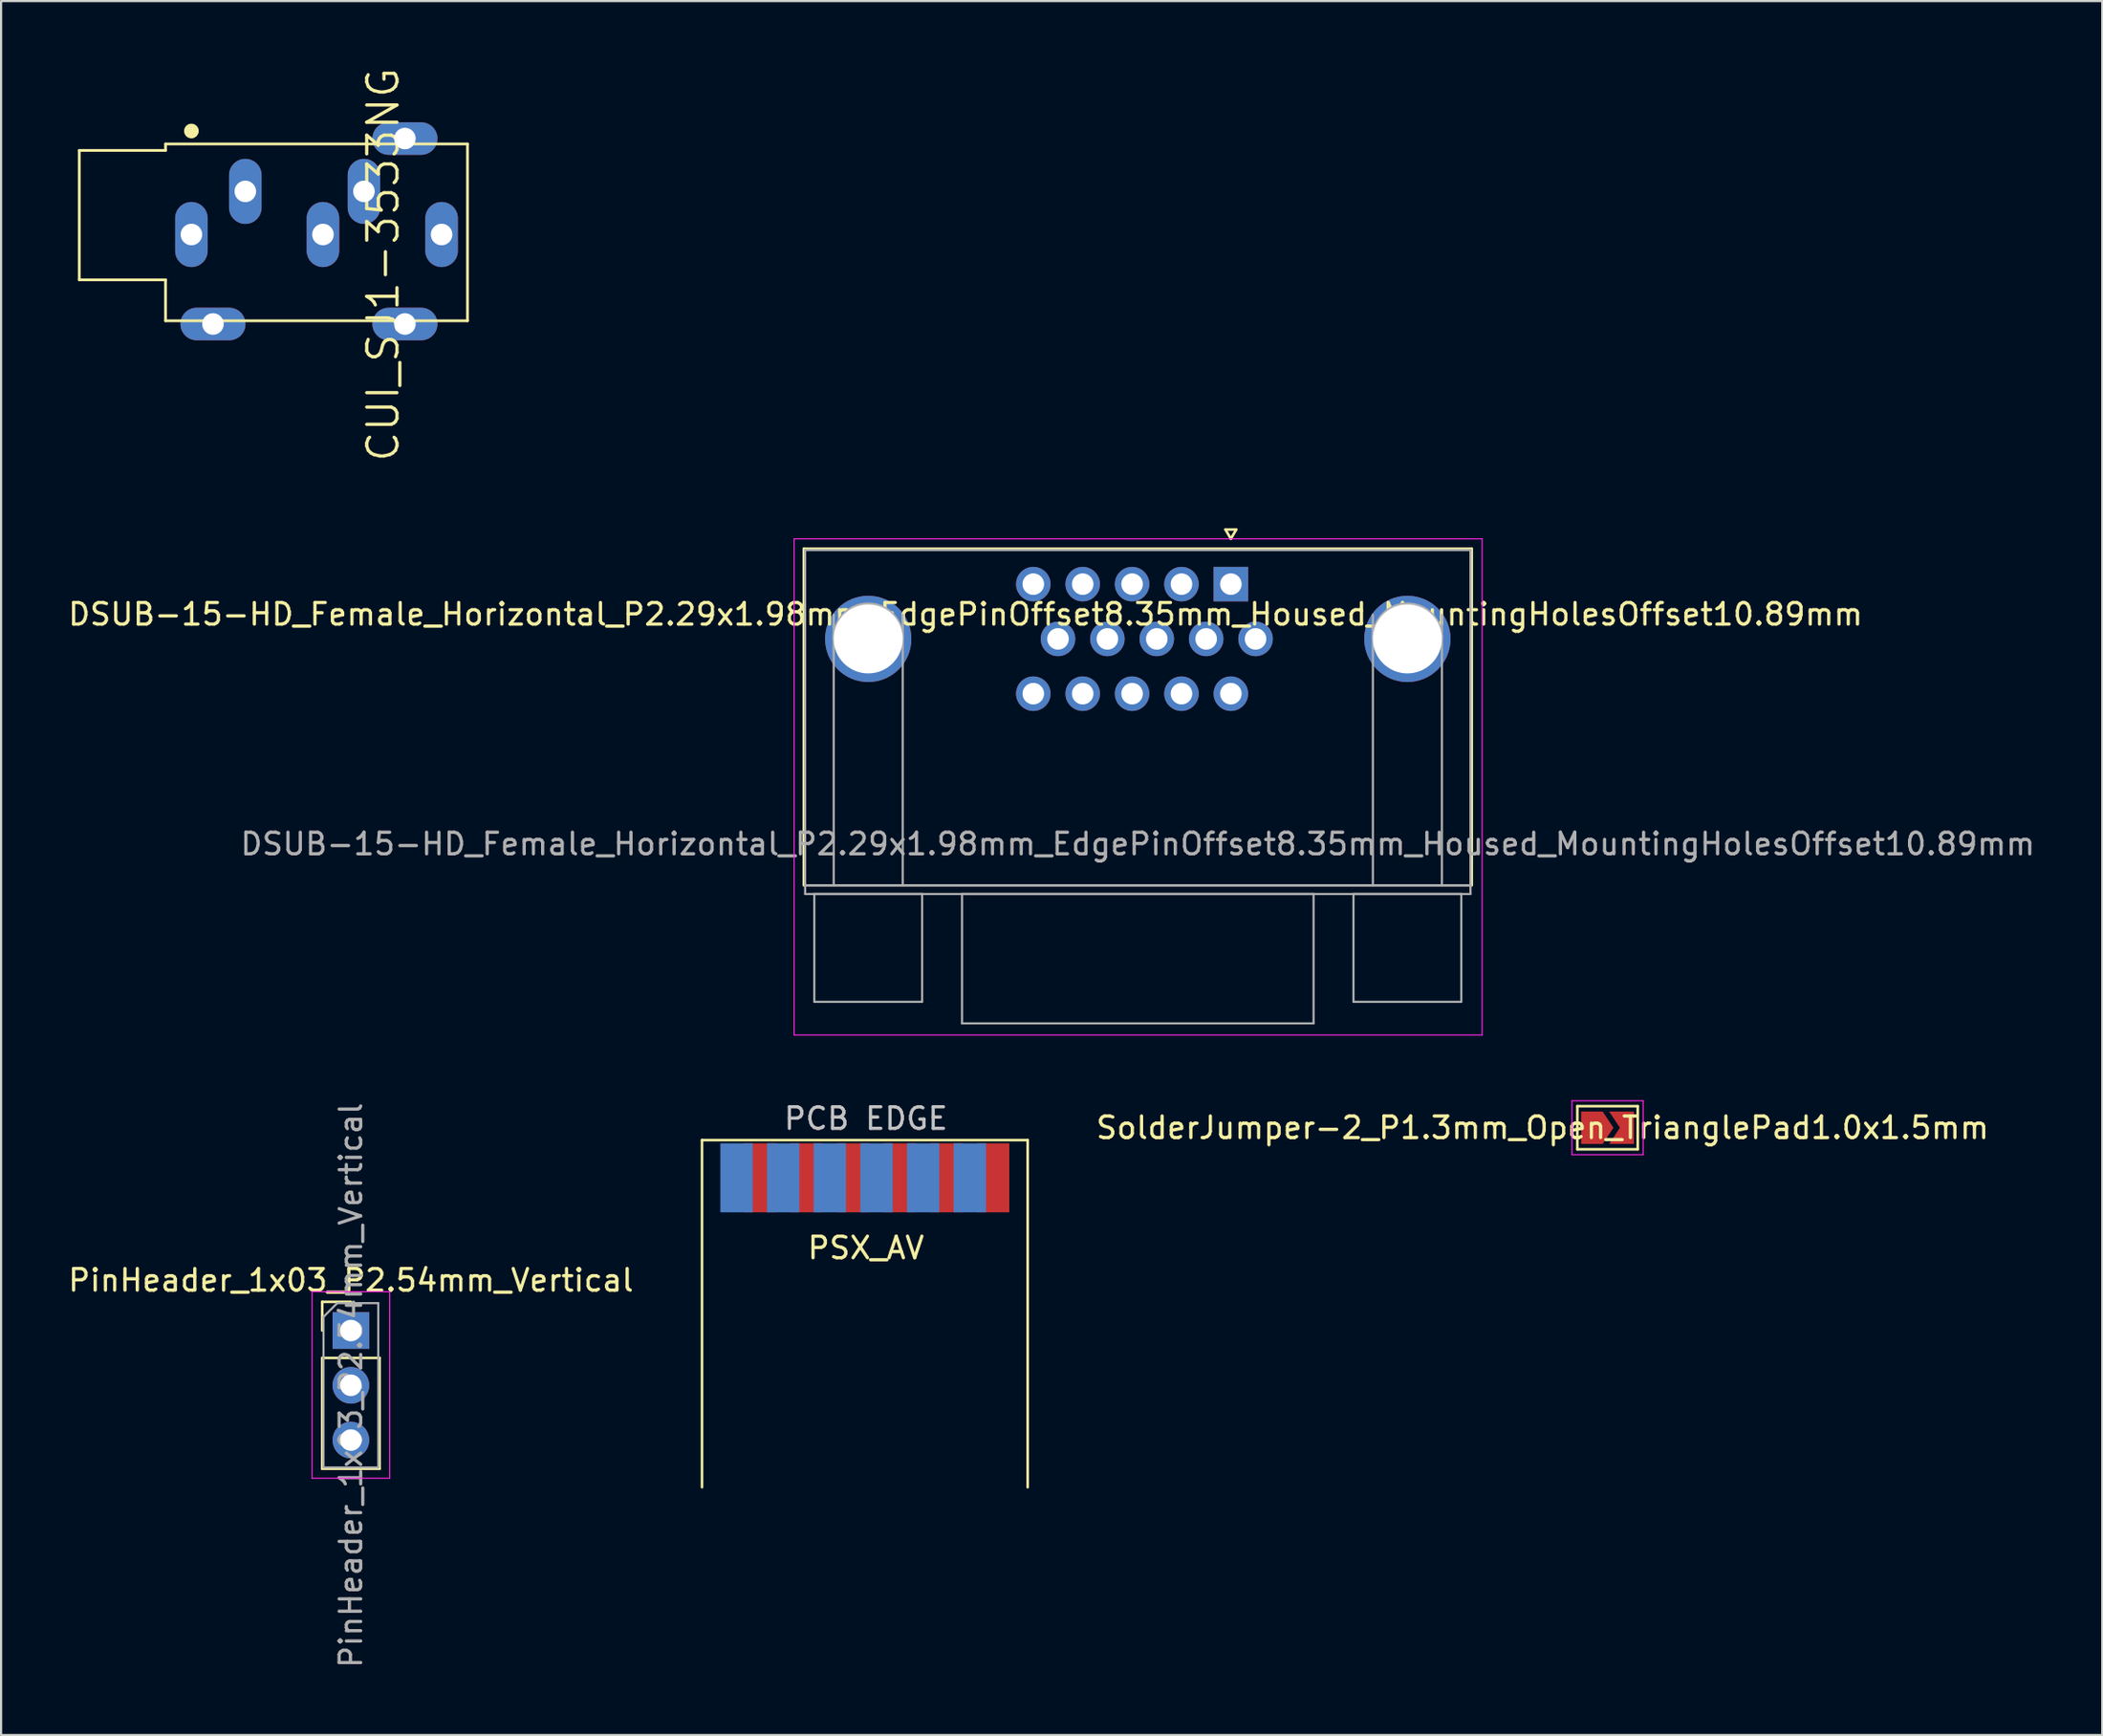
<source format=kicad_pcb>
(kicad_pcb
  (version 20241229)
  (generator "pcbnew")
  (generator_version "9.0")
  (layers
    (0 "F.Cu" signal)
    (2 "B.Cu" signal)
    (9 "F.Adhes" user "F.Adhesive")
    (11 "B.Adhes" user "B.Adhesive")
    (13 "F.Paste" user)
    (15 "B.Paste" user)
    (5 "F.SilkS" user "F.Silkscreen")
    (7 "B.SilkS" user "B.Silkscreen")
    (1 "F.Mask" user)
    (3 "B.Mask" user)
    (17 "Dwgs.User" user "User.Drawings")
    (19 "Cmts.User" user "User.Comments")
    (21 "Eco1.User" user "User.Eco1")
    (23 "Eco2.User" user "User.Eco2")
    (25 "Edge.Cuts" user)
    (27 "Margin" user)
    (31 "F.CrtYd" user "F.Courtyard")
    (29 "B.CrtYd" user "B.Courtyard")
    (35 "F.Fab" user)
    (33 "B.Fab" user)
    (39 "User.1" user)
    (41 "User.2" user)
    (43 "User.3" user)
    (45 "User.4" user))
  (footprint "DSUB-15-HD_Female_Horizontal_P2.29x1.98mm_EdgePinOffset8.35mm_Housed_MountingHolesOffset10.89mm"
    (layer "F.Cu")
    (at 54.022 24.04)
    (property "Reference" "DSUB-15-HD_Female_Horizontal_P2.29x1.98mm_EdgePinOffset8.35mm_Housed_MountingHolesOffset10.89mm" (at -12.302 1.397 0) (layer "F.SilkS") (effects (font (size 1 1) (thickness 0.15))))
    (attr through_hole)
    (fp_line (start -19.8 -1.64) (end 11.17 -1.64) (stroke (width 0.12) (type solid)) (layer "F.SilkS"))
    (fp_line (start -19.8 13.97) (end -19.8 -1.64) (stroke (width 0.12) (type solid)) (layer "F.SilkS"))
    (fp_line (start -0.25 -2.534) (end 0.25 -2.534) (stroke (width 0.12) (type solid)) (layer "F.SilkS"))
    (fp_line (start 0 -2.101) (end -0.25 -2.534) (stroke (width 0.12) (type solid)) (layer "F.SilkS"))
    (fp_line (start 0.25 -2.534) (end 0 -2.101) (stroke (width 0.12) (type solid)) (layer "F.SilkS"))
    (fp_line (start 11.17 -1.64) (end 11.17 13.97) (stroke (width 0.12) (type solid)) (layer "F.SilkS"))
    (fp_line (start -20.25 -2.1) (end -20.25 20.91) (stroke (width 0.05) (type solid)) (layer "F.CrtYd"))
    (fp_line (start -20.25 20.91) (end 11.65 20.91) (stroke (width 0.05) (type solid)) (layer "F.CrtYd"))
    (fp_line (start 11.65 -2.1) (end -20.25 -2.1) (stroke (width 0.05) (type solid)) (layer "F.CrtYd"))
    (fp_line (start 11.65 20.91) (end 11.65 -2.1) (stroke (width 0.05) (type solid)) (layer "F.CrtYd"))
    (fp_line (start -19.74 -1.58) (end -19.74 13.97) (stroke (width 0.1) (type solid)) (layer "F.Fab"))
    (fp_line (start -19.74 13.97) (end -19.74 14.37) (stroke (width 0.1) (type solid)) (layer "F.Fab"))
    (fp_line (start -19.74 13.97) (end 11.11 13.97) (stroke (width 0.1) (type solid)) (layer "F.Fab"))
    (fp_line (start -19.74 14.37) (end 11.11 14.37) (stroke (width 0.1) (type solid)) (layer "F.Fab"))
    (fp_line (start -19.315 14.37) (end -19.315 19.37) (stroke (width 0.1) (type solid)) (layer "F.Fab"))
    (fp_line (start -19.315 19.37) (end -14.315 19.37) (stroke (width 0.1) (type solid)) (layer "F.Fab"))
    (fp_line (start -18.415 13.97) (end -18.415 1.42) (stroke (width 0.1) (type solid)) (layer "F.Fab"))
    (fp_line (start -15.215 13.97) (end -15.215 1.42) (stroke (width 0.1) (type solid)) (layer "F.Fab"))
    (fp_line (start -14.315 14.37) (end -19.315 14.37) (stroke (width 0.1) (type solid)) (layer "F.Fab"))
    (fp_line (start -14.315 19.37) (end -14.315 14.37) (stroke (width 0.1) (type solid)) (layer "F.Fab"))
    (fp_line (start -12.465 14.37) (end -12.465 20.37) (stroke (width 0.1) (type solid)) (layer "F.Fab"))
    (fp_line (start -12.465 20.37) (end 3.835 20.37) (stroke (width 0.1) (type solid)) (layer "F.Fab"))
    (fp_line (start 3.835 14.37) (end -12.465 14.37) (stroke (width 0.1) (type solid)) (layer "F.Fab"))
    (fp_line (start 3.835 20.37) (end 3.835 14.37) (stroke (width 0.1) (type solid)) (layer "F.Fab"))
    (fp_line (start 5.685 14.37) (end 5.685 19.37) (stroke (width 0.1) (type solid)) (layer "F.Fab"))
    (fp_line (start 5.685 19.37) (end 10.685 19.37) (stroke (width 0.1) (type solid)) (layer "F.Fab"))
    (fp_line (start 6.585 13.97) (end 6.585 1.42) (stroke (width 0.1) (type solid)) (layer "F.Fab"))
    (fp_line (start 9.785 13.97) (end 9.785 1.42) (stroke (width 0.1) (type solid)) (layer "F.Fab"))
    (fp_line (start 10.685 14.37) (end 5.685 14.37) (stroke (width 0.1) (type solid)) (layer "F.Fab"))
    (fp_line (start 10.685 19.37) (end 10.685 14.37) (stroke (width 0.1) (type solid)) (layer "F.Fab"))
    (fp_line (start 11.11 -1.58) (end -19.74 -1.58) (stroke (width 0.1) (type solid)) (layer "F.Fab"))
    (fp_line (start 11.11 13.97) (end -19.74 13.97) (stroke (width 0.1) (type solid)) (layer "F.Fab"))
    (fp_line (start 11.11 13.97) (end 11.11 -1.58) (stroke (width 0.1) (type solid)) (layer "F.Fab"))
    (fp_line (start 11.11 14.37) (end 11.11 13.97) (stroke (width 0.1) (type solid)) (layer "F.Fab"))
    (fp_arc (start -18.415 2.5) (mid -16.815 0.9) (end -15.215 2.5) (stroke (width 0.1) (type solid)) (layer "F.Fab"))
    (fp_arc (start 6.585 2.5) (mid 8.185 0.9) (end 9.785 2.5) (stroke (width 0.1) (type solid)) (layer "F.Fab"))
    (fp_text user "${REFERENCE}" (at -4.315 12.05 0) (layer "F.Fab") (effects (font (size 1 1) (thickness 0.15))))
    (pad "0" thru_hole circle (at -16.815 2.54) (size 4 4) (drill 3.2) (layers "*.Cu" "*.Mask"))
    (pad "0" thru_hole circle (at 8.185 2.54) (size 4 4) (drill 3.2) (layers "*.Cu" "*.Mask"))
    (pad "1" thru_hole rect (at 0 0) (size 1.6 1.6) (drill 1) (layers "*.Cu" "*.Mask"))
    (pad "2" thru_hole circle (at -2.29 0) (size 1.6 1.6) (drill 1) (layers "*.Cu" "*.Mask"))
    (pad "3" thru_hole circle (at -4.58 0) (size 1.6 1.6) (drill 1) (layers "*.Cu" "*.Mask"))
    (pad "4" thru_hole circle (at -6.87 0) (size 1.6 1.6) (drill 1) (layers "*.Cu" "*.Mask"))
    (pad "5" thru_hole circle (at -9.16 0) (size 1.6 1.6) (drill 1) (layers "*.Cu" "*.Mask"))
    (pad "6" thru_hole circle (at 1.145 2.54) (size 1.6 1.6) (drill 1) (layers "*.Cu" "*.Mask"))
    (pad "7" thru_hole circle (at -1.145 2.54) (size 1.6 1.6) (drill 1) (layers "*.Cu" "*.Mask"))
    (pad "8" thru_hole circle (at -3.435 2.54) (size 1.6 1.6) (drill 1) (layers "*.Cu" "*.Mask"))
    (pad "9" thru_hole circle (at -5.725 2.54) (size 1.6 1.6) (drill 1) (layers "*.Cu" "*.Mask"))
    (pad "10" thru_hole circle (at -8.015 2.54) (size 1.6 1.6) (drill 1) (layers "*.Cu" "*.Mask"))
    (pad "11" thru_hole circle (at 0 5.08) (size 1.6 1.6) (drill 1) (layers "*.Cu" "*.Mask"))
    (pad "12" thru_hole circle (at -2.29 5.08) (size 1.6 1.6) (drill 1) (layers "*.Cu" "*.Mask"))
    (pad "13" thru_hole circle (at -4.58 5.08) (size 1.6 1.6) (drill 1) (layers "*.Cu" "*.Mask"))
    (pad "14" thru_hole circle (at -6.87 5.08) (size 1.6 1.6) (drill 1) (layers "*.Cu" "*.Mask"))
    (pad "15" thru_hole circle (at -9.16 5.08) (size 1.6 1.6) (drill 1) (layers "*.Cu" "*.Mask")))
  (footprint "PSX_AV"
    (layer "F.Cu")
    (at 37.05 49.823)
    (property "Reference" "PSX_AV" (at 0.05 5 0) (layer "F.SilkS") (effects (font (size 1 1) (thickness 0.15))))
    (attr through_hole)
    (fp_line (start -7.55 0) (end -7.55 16.1) (stroke (width 0.12) (type solid)) (layer "F.SilkS"))
    (fp_line (start -7.55 0) (end 7.55 0) (stroke (width 0.12) (type solid)) (layer "F.SilkS"))
    (fp_line (start 7.55 0) (end 7.55 16.1) (stroke (width 0.12) (type solid)) (layer "F.SilkS"))
    (fp_text user "PCB EDGE" (at 0.05 -1 0) (layer "Dwgs.User") (effects (font (size 1 1) (thickness 0.15))))
    (pad "1" smd rect (at -5.95 1.75) (size 1.5 3.2) (layers "F.Mask" "B.Cu" "F.Paste"))
    (pad "2" smd rect (at -4.868 1.75) (size 1.5 3.2) (layers "F.Cu" "F.Mask" "F.Paste"))
    (pad "3" smd rect (at -3.786 1.75) (size 1.5 3.2) (layers "F.Mask" "B.Cu" "F.Paste"))
    (pad "4" smd rect (at -2.705 1.75) (size 1.5 3.2) (layers "F.Cu" "F.Mask" "F.Paste"))
    (pad "5" smd rect (at -1.623 1.75) (size 1.5 3.2) (layers "F.Mask" "B.Cu" "F.Paste"))
    (pad "6" smd rect (at -0.541 1.75) (size 1.5 3.2) (layers "F.Cu" "F.Mask" "F.Paste"))
    (pad "7" smd rect (at 0.541 1.75) (size 1.5 3.2) (layers "F.Mask" "B.Cu" "F.Paste"))
    (pad "8" smd rect (at 1.623 1.75) (size 1.5 3.2) (layers "F.Cu" "F.Mask" "F.Paste"))
    (pad "9" smd rect (at 2.705 1.75) (size 1.5 3.2) (layers "F.Mask" "B.Cu" "F.Paste"))
    (pad "10" smd rect (at 3.786 1.75) (size 1.5 3.2) (layers "F.Cu" "F.Mask" "F.Paste"))
    (pad "11" smd rect (at 4.868 1.75) (size 1.5 3.2) (layers "F.Mask" "B.Cu" "F.Paste"))
    (pad "12" smd rect (at 5.95 1.75) (size 1.5 3.2) (layers "F.Cu" "F.Mask" "F.Paste")))
  (footprint "SolderJumper-2_P1.3mm_Open_TrianglePad1.0x1.5mm"
    (layer "F.Cu")
    (at 71.487 49.25)
    (property "Reference" "SolderJumper-2_P1.3mm_Open_TrianglePad1.0x1.5mm" (at -3.011 0 0) (layer "F.SilkS") (effects (font (size 1 1) (thickness 0.15))))
    (attr exclude_from_pos_files exclude_from_bom)
    (fp_line (start -1.4 -1) (end 1.4 -1) (stroke (width 0.12) (type solid)) (layer "F.SilkS"))
    (fp_line (start -1.4 1) (end -1.4 -1) (stroke (width 0.12) (type solid)) (layer "F.SilkS"))
    (fp_line (start 1.4 -1) (end 1.4 1) (stroke (width 0.12) (type solid)) (layer "F.SilkS"))
    (fp_line (start 1.4 1) (end -1.4 1) (stroke (width 0.12) (type solid)) (layer "F.SilkS"))
    (fp_line (start -1.65 -1.25) (end -1.65 1.25) (stroke (width 0.05) (type solid)) (layer "F.CrtYd"))
    (fp_line (start -1.65 -1.25) (end 1.65 -1.25) (stroke (width 0.05) (type solid)) (layer "F.CrtYd"))
    (fp_line (start 1.65 1.25) (end -1.65 1.25) (stroke (width 0.05) (type solid)) (layer "F.CrtYd"))
    (fp_line (start 1.65 1.25) (end 1.65 -1.25) (stroke (width 0.05) (type solid)) (layer "F.CrtYd"))
    (pad "1" smd custom (at -0.725 0) (size 0.3 0.3) (layers "F.Cu" "F.Mask") (options (anchor rect)) (primitives (gr_poly (pts (xy -0.5 -0.75) (xy 0.5 -0.75) (xy 1 0) (xy 0.5 0.75) (xy -0.5 0.75)) (width 0) (fill yes))))
    (pad "2" smd custom (at 0.725 0) (size 0.3 0.3) (layers "F.Cu" "F.Mask") (options (anchor rect)) (primitives (gr_poly (pts (xy -0.65 -0.75) (xy 0.5 -0.75) (xy 0.5 0.75) (xy -0.65 0.75) (xy -0.15 0)) (width 0) (fill yes)))))
  (footprint "CUI_SJ1-3533NG"
    (layer "F.Cu")
    (at 5.825 7.826)
    (property "Reference" "CUI_SJ1-3533NG" (at 8.89 1.397 90) (layer "F.SilkS") (effects (font (size 1.401 1.401) (thickness 0.15))))
    (attr through_hole)
    (fp_line (start -5.2 -3.9) (end -1.2 -3.9) (stroke (width 0.127) (type solid)) (layer "F.SilkS"))
    (fp_line (start -5.2 2.1) (end -5.2 -3.9) (stroke (width 0.127) (type solid)) (layer "F.SilkS"))
    (fp_line (start -1.2 -4.2) (end 12.8 -4.2) (stroke (width 0.127) (type solid)) (layer "F.SilkS"))
    (fp_line (start -1.2 -3.9) (end -1.2 -4.2) (stroke (width 0.127) (type solid)) (layer "F.SilkS"))
    (fp_line (start -1.2 2.1) (end -5.2 2.1) (stroke (width 0.127) (type solid)) (layer "F.SilkS"))
    (fp_line (start -1.2 4) (end -1.2 2.1) (stroke (width 0.127) (type solid)) (layer "F.SilkS"))
    (fp_line (start 12.8 -4.2) (end 12.8 4) (stroke (width 0.127) (type solid)) (layer "F.SilkS"))
    (fp_line (start 12.8 4) (end -1.2 4) (stroke (width 0.127) (type solid)) (layer "F.SilkS"))
    (fp_circle (center 0 -4.8) (end 0.17 -4.8) (stroke (width 0.34) (type solid)) (fill no) (layer "F.SilkS"))
    (fp_line (start -5.5 -4.2) (end -1.5 -4.2) (stroke (width 0.05) (type solid)) (layer "Eco1.User"))
    (fp_line (start -5.5 2.4) (end -5.5 -4.2) (stroke (width 0.05) (type solid)) (layer "Eco1.User"))
    (fp_line (start -1.5 -4.5) (end 13.1 -4.5) (stroke (width 0.05) (type solid)) (layer "Eco1.User"))
    (fp_line (start -1.5 -4.2) (end -1.5 -4.5) (stroke (width 0.05) (type solid)) (layer "Eco1.User"))
    (fp_line (start -1.5 2.4) (end -5.5 2.4) (stroke (width 0.05) (type solid)) (layer "Eco1.User"))
    (fp_line (start -1.5 4.3) (end -1.5 2.4) (stroke (width 0.05) (type solid)) (layer "Eco1.User"))
    (fp_line (start 13.1 -4.5) (end 13.1 4.3) (stroke (width 0.05) (type solid)) (layer "Eco1.User"))
    (fp_line (start 13.1 4.3) (end -1.5 4.3) (stroke (width 0.05) (type solid)) (layer "Eco1.User"))
    (fp_line (start -5.8 -0.9) (end 13.5 -0.9) (stroke (width 0.05) (type solid)) (layer "Eco2.User"))
    (fp_line (start -5.2 -3.9) (end -1.2 -3.9) (stroke (width 0.127) (type solid)) (layer "Eco2.User"))
    (fp_line (start -5.2 2.1) (end -5.2 -3.9) (stroke (width 0.127) (type solid)) (layer "Eco2.User"))
    (fp_line (start -1.2 -4.2) (end 12.8 -4.2) (stroke (width 0.127) (type solid)) (layer "Eco2.User"))
    (fp_line (start -1.2 -3.9) (end -1.2 -4.2) (stroke (width 0.127) (type solid)) (layer "Eco2.User"))
    (fp_line (start -1.2 2.1) (end -5.2 2.1) (stroke (width 0.127) (type solid)) (layer "Eco2.User"))
    (fp_line (start -1.2 4) (end -1.2 2.1) (stroke (width 0.127) (type solid)) (layer "Eco2.User"))
    (fp_line (start 12.8 -4.2) (end 12.8 4) (stroke (width 0.127) (type solid)) (layer "Eco2.User"))
    (fp_line (start 12.8 4) (end -1.2 4) (stroke (width 0.127) (type solid)) (layer "Eco2.User"))
    (pad "R" thru_hole oval (at 2.5 -2 90) (size 3.016 1.508) (drill 1) (layers "*.Cu" "*.Mask"))
    (pad "RS" thru_hole oval (at 6.1 0 90) (size 3.016 1.508) (drill 1) (layers "*.Cu" "*.Mask"))
    (pad "S" thru_hole oval (at 0 0 90) (size 3.016 1.508) (drill 1) (layers "*.Cu" "*.Mask"))
    (pad "S" thru_hole oval (at 1 4.15 180) (size 3.016 1.508) (drill 1) (layers "*.Cu" "*.Mask"))
    (pad "S" thru_hole oval (at 9.9 -4.45 180) (size 3.016 1.508) (drill 1) (layers "*.Cu" "*.Mask"))
    (pad "S" thru_hole oval (at 9.9 4.15 180) (size 3.016 1.508) (drill 1) (layers "*.Cu" "*.Mask"))
    (pad "T" thru_hole oval (at 8 -2 90) (size 3.016 1.508) (drill 1) (layers "*.Cu" "*.Mask"))
    (pad "TS" thru_hole oval (at 11.6 0 90) (size 3.016 1.508) (drill 1) (layers "*.Cu" "*.Mask")))
  (footprint "PinHeader_1x03_P2.54mm_Vertical"
    (layer "F.Cu")
    (at 13.22 58.655)
    (property "Reference" "PinHeader_1x03_P2.54mm_Vertical" (at 0 -2.33 0) (layer "F.SilkS") (effects (font (size 1 1) (thickness 0.15))))
    (attr through_hole)
    (fp_line (start -1.33 -1.33) (end 0 -1.33) (stroke (width 0.12) (type solid)) (layer "F.SilkS"))
    (fp_line (start -1.33 0) (end -1.33 -1.33) (stroke (width 0.12) (type solid)) (layer "F.SilkS"))
    (fp_line (start -1.33 1.27) (end -1.33 6.41) (stroke (width 0.12) (type solid)) (layer "F.SilkS"))
    (fp_line (start -1.33 1.27) (end 1.33 1.27) (stroke (width 0.12) (type solid)) (layer "F.SilkS"))
    (fp_line (start -1.33 6.41) (end 1.33 6.41) (stroke (width 0.12) (type solid)) (layer "F.SilkS"))
    (fp_line (start 1.33 1.27) (end 1.33 6.41) (stroke (width 0.12) (type solid)) (layer "F.SilkS"))
    (fp_line (start -1.8 -1.8) (end -1.8 6.85) (stroke (width 0.05) (type solid)) (layer "F.CrtYd"))
    (fp_line (start -1.8 6.85) (end 1.8 6.85) (stroke (width 0.05) (type solid)) (layer "F.CrtYd"))
    (fp_line (start 1.8 -1.8) (end -1.8 -1.8) (stroke (width 0.05) (type solid)) (layer "F.CrtYd"))
    (fp_line (start 1.8 6.85) (end 1.8 -1.8) (stroke (width 0.05) (type solid)) (layer "F.CrtYd"))
    (fp_line (start -1.27 -0.635) (end -0.635 -1.27) (stroke (width 0.1) (type solid)) (layer "F.Fab"))
    (fp_line (start -1.27 6.35) (end -1.27 -0.635) (stroke (width 0.1) (type solid)) (layer "F.Fab"))
    (fp_line (start -0.635 -1.27) (end 1.27 -1.27) (stroke (width 0.1) (type solid)) (layer "F.Fab"))
    (fp_line (start 1.27 -1.27) (end 1.27 6.35) (stroke (width 0.1) (type solid)) (layer "F.Fab"))
    (fp_line (start 1.27 6.35) (end -1.27 6.35) (stroke (width 0.1) (type solid)) (layer "F.Fab"))
    (fp_text user "${REFERENCE}" (at 0 2.54 90) (layer "F.Fab") (effects (font (size 1 1) (thickness 0.15))))
    (pad "1" thru_hole rect (at 0 0) (size 1.7 1.7) (drill 1) (layers "*.Cu" "*.Mask"))
    (pad "2" thru_hole oval (at 0 2.54) (size 1.7 1.7) (drill 1) (layers "*.Cu" "*.Mask"))
    (pad "3" thru_hole oval (at 0 5.08) (size 1.7 1.7) (drill 1) (layers "*.Cu" "*.Mask")))
  (gr_rect
    (start -3 -3)
    (end 94.427 77.415)
    (stroke (width 0.1) (type default))
    (fill no)
    (layer "Edge.Cuts")))
</source>
